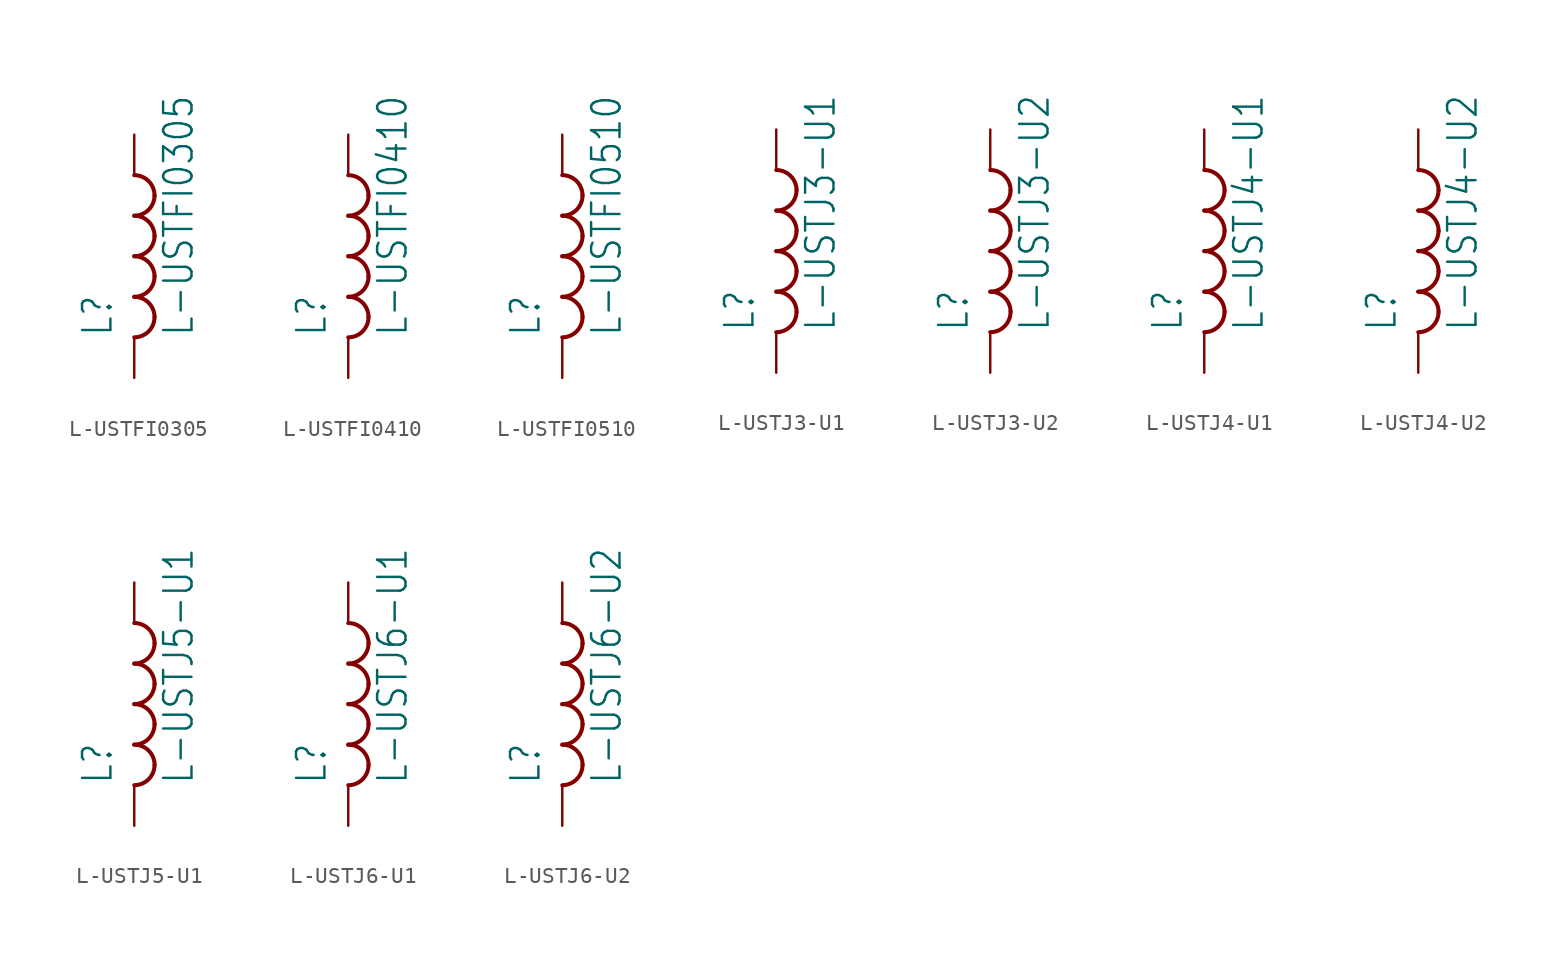
<source format=kicad_sym>
(kicad_symbol_lib
  (version 20220914)
  (generator kicad_symbol_editor)
  (symbol "L-USTFI0305"
    (property "Reference" "L"
      (at -1.27 -5.08 90)
      (effects (font (size 1.778 1.511)) (justify left bottom)))
    (property "Value" "L-USTFI0305"
      (at 3.81 -5.08 90)
      (effects (font (size 1.778 1.511)) (justify left bottom)))
    (property "ki_locked" ""
      (at 0 0 0)
      (effects (font (size 1.27 1.27))))
    (symbol "L-USTFI0305_1_0"
      (arc (start 0 -5.08) (mid 0.898 -4.708) (end 1.27 -3.81) (stroke (width 0.254) (type default)) (fill (type none)))
      (arc (start 0 -2.54) (mid 0.898 -2.168) (end 1.27 -1.27) (stroke (width 0.254) (type default)) (fill (type none)))
      (arc (start 0 0) (mid 0.898 0.372) (end 1.27 1.27) (stroke (width 0.254) (type default)) (fill (type none)))
      (arc (start 0 2.54) (mid 0.898 2.912) (end 1.27 3.81) (stroke (width 0.254) (type default)) (fill (type none)))
      (arc (start 1.27 -3.81) (mid 0.898 -2.912) (end 0 -2.54) (stroke (width 0.254) (type default)) (fill (type none)))
      (arc (start 1.27 -1.27) (mid 0.898 -0.372) (end 0 0) (stroke (width 0.254) (type default)) (fill (type none)))
      (arc (start 1.27 1.27) (mid 0.898 2.168) (end 0 2.54) (stroke (width 0.254) (type default)) (fill (type none)))
      (arc (start 1.27 3.81) (mid 0.898 4.708) (end 0 5.08) (stroke (width 0.254) (type default)) (fill (type none)))
      (pin passive line (at 0 7.62 270) (length 2.54) (name "1" (effects (font (size 0 0)))) (number "1" (effects (font (size 0 0)))))
      (pin passive line (at 0 -7.62 90) (length 2.54) (name "2" (effects (font (size 0 0)))) (number "2" (effects (font (size 0 0)))))))
  (symbol "L-USTFI0410"
    (property "Reference" "L"
      (at -1.27 -5.08 90)
      (effects (font (size 1.778 1.511)) (justify left bottom)))
    (property "Value" "L-USTFI0410"
      (at 3.81 -5.08 90)
      (effects (font (size 1.778 1.511)) (justify left bottom)))
    (property "ki_locked" ""
      (at 0 0 0)
      (effects (font (size 1.27 1.27))))
    (symbol "L-USTFI0410_1_0"
      (arc (start 0 -5.08) (mid 0.898 -4.708) (end 1.27 -3.81) (stroke (width 0.254) (type default)) (fill (type none)))
      (arc (start 0 -2.54) (mid 0.898 -2.168) (end 1.27 -1.27) (stroke (width 0.254) (type default)) (fill (type none)))
      (arc (start 0 0) (mid 0.898 0.372) (end 1.27 1.27) (stroke (width 0.254) (type default)) (fill (type none)))
      (arc (start 0 2.54) (mid 0.898 2.912) (end 1.27 3.81) (stroke (width 0.254) (type default)) (fill (type none)))
      (arc (start 1.27 -3.81) (mid 0.898 -2.912) (end 0 -2.54) (stroke (width 0.254) (type default)) (fill (type none)))
      (arc (start 1.27 -1.27) (mid 0.898 -0.372) (end 0 0) (stroke (width 0.254) (type default)) (fill (type none)))
      (arc (start 1.27 1.27) (mid 0.898 2.168) (end 0 2.54) (stroke (width 0.254) (type default)) (fill (type none)))
      (arc (start 1.27 3.81) (mid 0.898 4.708) (end 0 5.08) (stroke (width 0.254) (type default)) (fill (type none)))
      (pin passive line (at 0 7.62 270) (length 2.54) (name "1" (effects (font (size 0 0)))) (number "1" (effects (font (size 0 0)))))
      (pin passive line (at 0 -7.62 90) (length 2.54) (name "2" (effects (font (size 0 0)))) (number "2" (effects (font (size 0 0)))))))
  (symbol "L-USTFI0510"
    (property "Reference" "L"
      (at -1.27 -5.08 90)
      (effects (font (size 1.778 1.511)) (justify left bottom)))
    (property "Value" "L-USTFI0510"
      (at 3.81 -5.08 90)
      (effects (font (size 1.778 1.511)) (justify left bottom)))
    (property "ki_locked" ""
      (at 0 0 0)
      (effects (font (size 1.27 1.27))))
    (symbol "L-USTFI0510_1_0"
      (arc (start 0 -5.08) (mid 0.898 -4.708) (end 1.27 -3.81) (stroke (width 0.254) (type default)) (fill (type none)))
      (arc (start 0 -2.54) (mid 0.898 -2.168) (end 1.27 -1.27) (stroke (width 0.254) (type default)) (fill (type none)))
      (arc (start 0 0) (mid 0.898 0.372) (end 1.27 1.27) (stroke (width 0.254) (type default)) (fill (type none)))
      (arc (start 0 2.54) (mid 0.898 2.912) (end 1.27 3.81) (stroke (width 0.254) (type default)) (fill (type none)))
      (arc (start 1.27 -3.81) (mid 0.898 -2.912) (end 0 -2.54) (stroke (width 0.254) (type default)) (fill (type none)))
      (arc (start 1.27 -1.27) (mid 0.898 -0.372) (end 0 0) (stroke (width 0.254) (type default)) (fill (type none)))
      (arc (start 1.27 1.27) (mid 0.898 2.168) (end 0 2.54) (stroke (width 0.254) (type default)) (fill (type none)))
      (arc (start 1.27 3.81) (mid 0.898 4.708) (end 0 5.08) (stroke (width 0.254) (type default)) (fill (type none)))
      (pin passive line (at 0 7.62 270) (length 2.54) (name "1" (effects (font (size 0 0)))) (number "1" (effects (font (size 0 0)))))
      (pin passive line (at 0 -7.62 90) (length 2.54) (name "2" (effects (font (size 0 0)))) (number "2" (effects (font (size 0 0)))))))
  (symbol "L-USTJ3-U1"
    (property "Reference" "L"
      (at -1.27 -5.08 90)
      (effects (font (size 1.778 1.511)) (justify left bottom)))
    (property "Value" "L-USTJ3-U1"
      (at 3.81 -5.08 90)
      (effects (font (size 1.778 1.511)) (justify left bottom)))
    (property "ki_locked" ""
      (at 0 0 0)
      (effects (font (size 1.27 1.27))))
    (symbol "L-USTJ3-U1_1_0"
      (arc (start 0 -5.08) (mid 0.898 -4.708) (end 1.27 -3.81) (stroke (width 0.254) (type default)) (fill (type none)))
      (arc (start 0 -2.54) (mid 0.898 -2.168) (end 1.27 -1.27) (stroke (width 0.254) (type default)) (fill (type none)))
      (arc (start 0 0) (mid 0.898 0.372) (end 1.27 1.27) (stroke (width 0.254) (type default)) (fill (type none)))
      (arc (start 0 2.54) (mid 0.898 2.912) (end 1.27 3.81) (stroke (width 0.254) (type default)) (fill (type none)))
      (arc (start 1.27 -3.81) (mid 0.898 -2.912) (end 0 -2.54) (stroke (width 0.254) (type default)) (fill (type none)))
      (arc (start 1.27 -1.27) (mid 0.898 -0.372) (end 0 0) (stroke (width 0.254) (type default)) (fill (type none)))
      (arc (start 1.27 1.27) (mid 0.898 2.168) (end 0 2.54) (stroke (width 0.254) (type default)) (fill (type none)))
      (arc (start 1.27 3.81) (mid 0.898 4.708) (end 0 5.08) (stroke (width 0.254) (type default)) (fill (type none)))
      (pin passive line (at 0 7.62 270) (length 2.54) (name "1" (effects (font (size 0 0)))) (number "1" (effects (font (size 0 0)))))
      (pin passive line (at 0 -7.62 90) (length 2.54) (name "2" (effects (font (size 0 0)))) (number "2" (effects (font (size 0 0)))))))
  (symbol "L-USTJ3-U2"
    (property "Reference" "L"
      (at -1.27 -5.08 90)
      (effects (font (size 1.778 1.511)) (justify left bottom)))
    (property "Value" "L-USTJ3-U2"
      (at 3.81 -5.08 90)
      (effects (font (size 1.778 1.511)) (justify left bottom)))
    (property "ki_locked" ""
      (at 0 0 0)
      (effects (font (size 1.27 1.27))))
    (symbol "L-USTJ3-U2_1_0"
      (arc (start 0 -5.08) (mid 0.898 -4.708) (end 1.27 -3.81) (stroke (width 0.254) (type default)) (fill (type none)))
      (arc (start 0 -2.54) (mid 0.898 -2.168) (end 1.27 -1.27) (stroke (width 0.254) (type default)) (fill (type none)))
      (arc (start 0 0) (mid 0.898 0.372) (end 1.27 1.27) (stroke (width 0.254) (type default)) (fill (type none)))
      (arc (start 0 2.54) (mid 0.898 2.912) (end 1.27 3.81) (stroke (width 0.254) (type default)) (fill (type none)))
      (arc (start 1.27 -3.81) (mid 0.898 -2.912) (end 0 -2.54) (stroke (width 0.254) (type default)) (fill (type none)))
      (arc (start 1.27 -1.27) (mid 0.898 -0.372) (end 0 0) (stroke (width 0.254) (type default)) (fill (type none)))
      (arc (start 1.27 1.27) (mid 0.898 2.168) (end 0 2.54) (stroke (width 0.254) (type default)) (fill (type none)))
      (arc (start 1.27 3.81) (mid 0.898 4.708) (end 0 5.08) (stroke (width 0.254) (type default)) (fill (type none)))
      (pin passive line (at 0 7.62 270) (length 2.54) (name "1" (effects (font (size 0 0)))) (number "1" (effects (font (size 0 0)))))
      (pin passive line (at 0 -7.62 90) (length 2.54) (name "2" (effects (font (size 0 0)))) (number "2" (effects (font (size 0 0)))))))
  (symbol "L-USTJ4-U1"
    (property "Reference" "L"
      (at -1.27 -5.08 90)
      (effects (font (size 1.778 1.511)) (justify left bottom)))
    (property "Value" "L-USTJ4-U1"
      (at 3.81 -5.08 90)
      (effects (font (size 1.778 1.511)) (justify left bottom)))
    (property "ki_locked" ""
      (at 0 0 0)
      (effects (font (size 1.27 1.27))))
    (symbol "L-USTJ4-U1_1_0"
      (arc (start 0 -5.08) (mid 0.898 -4.708) (end 1.27 -3.81) (stroke (width 0.254) (type default)) (fill (type none)))
      (arc (start 0 -2.54) (mid 0.898 -2.168) (end 1.27 -1.27) (stroke (width 0.254) (type default)) (fill (type none)))
      (arc (start 0 0) (mid 0.898 0.372) (end 1.27 1.27) (stroke (width 0.254) (type default)) (fill (type none)))
      (arc (start 0 2.54) (mid 0.898 2.912) (end 1.27 3.81) (stroke (width 0.254) (type default)) (fill (type none)))
      (arc (start 1.27 -3.81) (mid 0.898 -2.912) (end 0 -2.54) (stroke (width 0.254) (type default)) (fill (type none)))
      (arc (start 1.27 -1.27) (mid 0.898 -0.372) (end 0 0) (stroke (width 0.254) (type default)) (fill (type none)))
      (arc (start 1.27 1.27) (mid 0.898 2.168) (end 0 2.54) (stroke (width 0.254) (type default)) (fill (type none)))
      (arc (start 1.27 3.81) (mid 0.898 4.708) (end 0 5.08) (stroke (width 0.254) (type default)) (fill (type none)))
      (pin passive line (at 0 7.62 270) (length 2.54) (name "1" (effects (font (size 0 0)))) (number "1" (effects (font (size 0 0)))))
      (pin passive line (at 0 -7.62 90) (length 2.54) (name "2" (effects (font (size 0 0)))) (number "2" (effects (font (size 0 0)))))))
  (symbol "L-USTJ4-U2"
    (property "Reference" "L"
      (at -1.27 -5.08 90)
      (effects (font (size 1.778 1.511)) (justify left bottom)))
    (property "Value" "L-USTJ4-U2"
      (at 3.81 -5.08 90)
      (effects (font (size 1.778 1.511)) (justify left bottom)))
    (property "ki_locked" ""
      (at 0 0 0)
      (effects (font (size 1.27 1.27))))
    (symbol "L-USTJ4-U2_1_0"
      (arc (start 0 -5.08) (mid 0.898 -4.708) (end 1.27 -3.81) (stroke (width 0.254) (type default)) (fill (type none)))
      (arc (start 0 -2.54) (mid 0.898 -2.168) (end 1.27 -1.27) (stroke (width 0.254) (type default)) (fill (type none)))
      (arc (start 0 0) (mid 0.898 0.372) (end 1.27 1.27) (stroke (width 0.254) (type default)) (fill (type none)))
      (arc (start 0 2.54) (mid 0.898 2.912) (end 1.27 3.81) (stroke (width 0.254) (type default)) (fill (type none)))
      (arc (start 1.27 -3.81) (mid 0.898 -2.912) (end 0 -2.54) (stroke (width 0.254) (type default)) (fill (type none)))
      (arc (start 1.27 -1.27) (mid 0.898 -0.372) (end 0 0) (stroke (width 0.254) (type default)) (fill (type none)))
      (arc (start 1.27 1.27) (mid 0.898 2.168) (end 0 2.54) (stroke (width 0.254) (type default)) (fill (type none)))
      (arc (start 1.27 3.81) (mid 0.898 4.708) (end 0 5.08) (stroke (width 0.254) (type default)) (fill (type none)))
      (pin passive line (at 0 7.62 270) (length 2.54) (name "1" (effects (font (size 0 0)))) (number "1" (effects (font (size 0 0)))))
      (pin passive line (at 0 -7.62 90) (length 2.54) (name "2" (effects (font (size 0 0)))) (number "2" (effects (font (size 0 0)))))))
  (symbol "L-USTJ5-U1"
    (property "Reference" "L"
      (at -1.27 -5.08 90)
      (effects (font (size 1.778 1.511)) (justify left bottom)))
    (property "Value" "L-USTJ5-U1"
      (at 3.81 -5.08 90)
      (effects (font (size 1.778 1.511)) (justify left bottom)))
    (property "ki_locked" ""
      (at 0 0 0)
      (effects (font (size 1.27 1.27))))
    (symbol "L-USTJ5-U1_1_0"
      (arc (start 0 -5.08) (mid 0.898 -4.708) (end 1.27 -3.81) (stroke (width 0.254) (type default)) (fill (type none)))
      (arc (start 0 -2.54) (mid 0.898 -2.168) (end 1.27 -1.27) (stroke (width 0.254) (type default)) (fill (type none)))
      (arc (start 0 0) (mid 0.898 0.372) (end 1.27 1.27) (stroke (width 0.254) (type default)) (fill (type none)))
      (arc (start 0 2.54) (mid 0.898 2.912) (end 1.27 3.81) (stroke (width 0.254) (type default)) (fill (type none)))
      (arc (start 1.27 -3.81) (mid 0.898 -2.912) (end 0 -2.54) (stroke (width 0.254) (type default)) (fill (type none)))
      (arc (start 1.27 -1.27) (mid 0.898 -0.372) (end 0 0) (stroke (width 0.254) (type default)) (fill (type none)))
      (arc (start 1.27 1.27) (mid 0.898 2.168) (end 0 2.54) (stroke (width 0.254) (type default)) (fill (type none)))
      (arc (start 1.27 3.81) (mid 0.898 4.708) (end 0 5.08) (stroke (width 0.254) (type default)) (fill (type none)))
      (pin passive line (at 0 7.62 270) (length 2.54) (name "1" (effects (font (size 0 0)))) (number "1" (effects (font (size 0 0)))))
      (pin passive line (at 0 -7.62 90) (length 2.54) (name "2" (effects (font (size 0 0)))) (number "2" (effects (font (size 0 0)))))))
  (symbol "L-USTJ6-U1"
    (property "Reference" "L"
      (at -1.27 -5.08 90)
      (effects (font (size 1.778 1.511)) (justify left bottom)))
    (property "Value" "L-USTJ6-U1"
      (at 3.81 -5.08 90)
      (effects (font (size 1.778 1.511)) (justify left bottom)))
    (property "ki_locked" ""
      (at 0 0 0)
      (effects (font (size 1.27 1.27))))
    (symbol "L-USTJ6-U1_1_0"
      (arc (start 0 -5.08) (mid 0.898 -4.708) (end 1.27 -3.81) (stroke (width 0.254) (type default)) (fill (type none)))
      (arc (start 0 -2.54) (mid 0.898 -2.168) (end 1.27 -1.27) (stroke (width 0.254) (type default)) (fill (type none)))
      (arc (start 0 0) (mid 0.898 0.372) (end 1.27 1.27) (stroke (width 0.254) (type default)) (fill (type none)))
      (arc (start 0 2.54) (mid 0.898 2.912) (end 1.27 3.81) (stroke (width 0.254) (type default)) (fill (type none)))
      (arc (start 1.27 -3.81) (mid 0.898 -2.912) (end 0 -2.54) (stroke (width 0.254) (type default)) (fill (type none)))
      (arc (start 1.27 -1.27) (mid 0.898 -0.372) (end 0 0) (stroke (width 0.254) (type default)) (fill (type none)))
      (arc (start 1.27 1.27) (mid 0.898 2.168) (end 0 2.54) (stroke (width 0.254) (type default)) (fill (type none)))
      (arc (start 1.27 3.81) (mid 0.898 4.708) (end 0 5.08) (stroke (width 0.254) (type default)) (fill (type none)))
      (pin passive line (at 0 7.62 270) (length 2.54) (name "1" (effects (font (size 0 0)))) (number "1" (effects (font (size 0 0)))))
      (pin passive line (at 0 -7.62 90) (length 2.54) (name "2" (effects (font (size 0 0)))) (number "2" (effects (font (size 0 0)))))))
  (symbol "L-USTJ6-U2"
    (property "Reference" "L"
      (at -1.27 -5.08 90)
      (effects (font (size 1.778 1.511)) (justify left bottom)))
    (property "Value" "L-USTJ6-U2"
      (at 3.81 -5.08 90)
      (effects (font (size 1.778 1.511)) (justify left bottom)))
    (property "ki_locked" ""
      (at 0 0 0)
      (effects (font (size 1.27 1.27))))
    (symbol "L-USTJ6-U2_1_0"
      (arc (start 0 -5.08) (mid 0.898 -4.708) (end 1.27 -3.81) (stroke (width 0.254) (type default)) (fill (type none)))
      (arc (start 0 -2.54) (mid 0.898 -2.168) (end 1.27 -1.27) (stroke (width 0.254) (type default)) (fill (type none)))
      (arc (start 0 0) (mid 0.898 0.372) (end 1.27 1.27) (stroke (width 0.254) (type default)) (fill (type none)))
      (arc (start 0 2.54) (mid 0.898 2.912) (end 1.27 3.81) (stroke (width 0.254) (type default)) (fill (type none)))
      (arc (start 1.27 -3.81) (mid 0.898 -2.912) (end 0 -2.54) (stroke (width 0.254) (type default)) (fill (type none)))
      (arc (start 1.27 -1.27) (mid 0.898 -0.372) (end 0 0) (stroke (width 0.254) (type default)) (fill (type none)))
      (arc (start 1.27 1.27) (mid 0.898 2.168) (end 0 2.54) (stroke (width 0.254) (type default)) (fill (type none)))
      (arc (start 1.27 3.81) (mid 0.898 4.708) (end 0 5.08) (stroke (width 0.254) (type default)) (fill (type none)))
      (pin passive line (at 0 7.62 270) (length 2.54) (name "1" (effects (font (size 0 0)))) (number "1" (effects (font (size 0 0)))))
      (pin passive line (at 0 -7.62 90) (length 2.54) (name "2" (effects (font (size 0 0)))) (number "2" (effects (font (size 0 0))))))))
</source>
